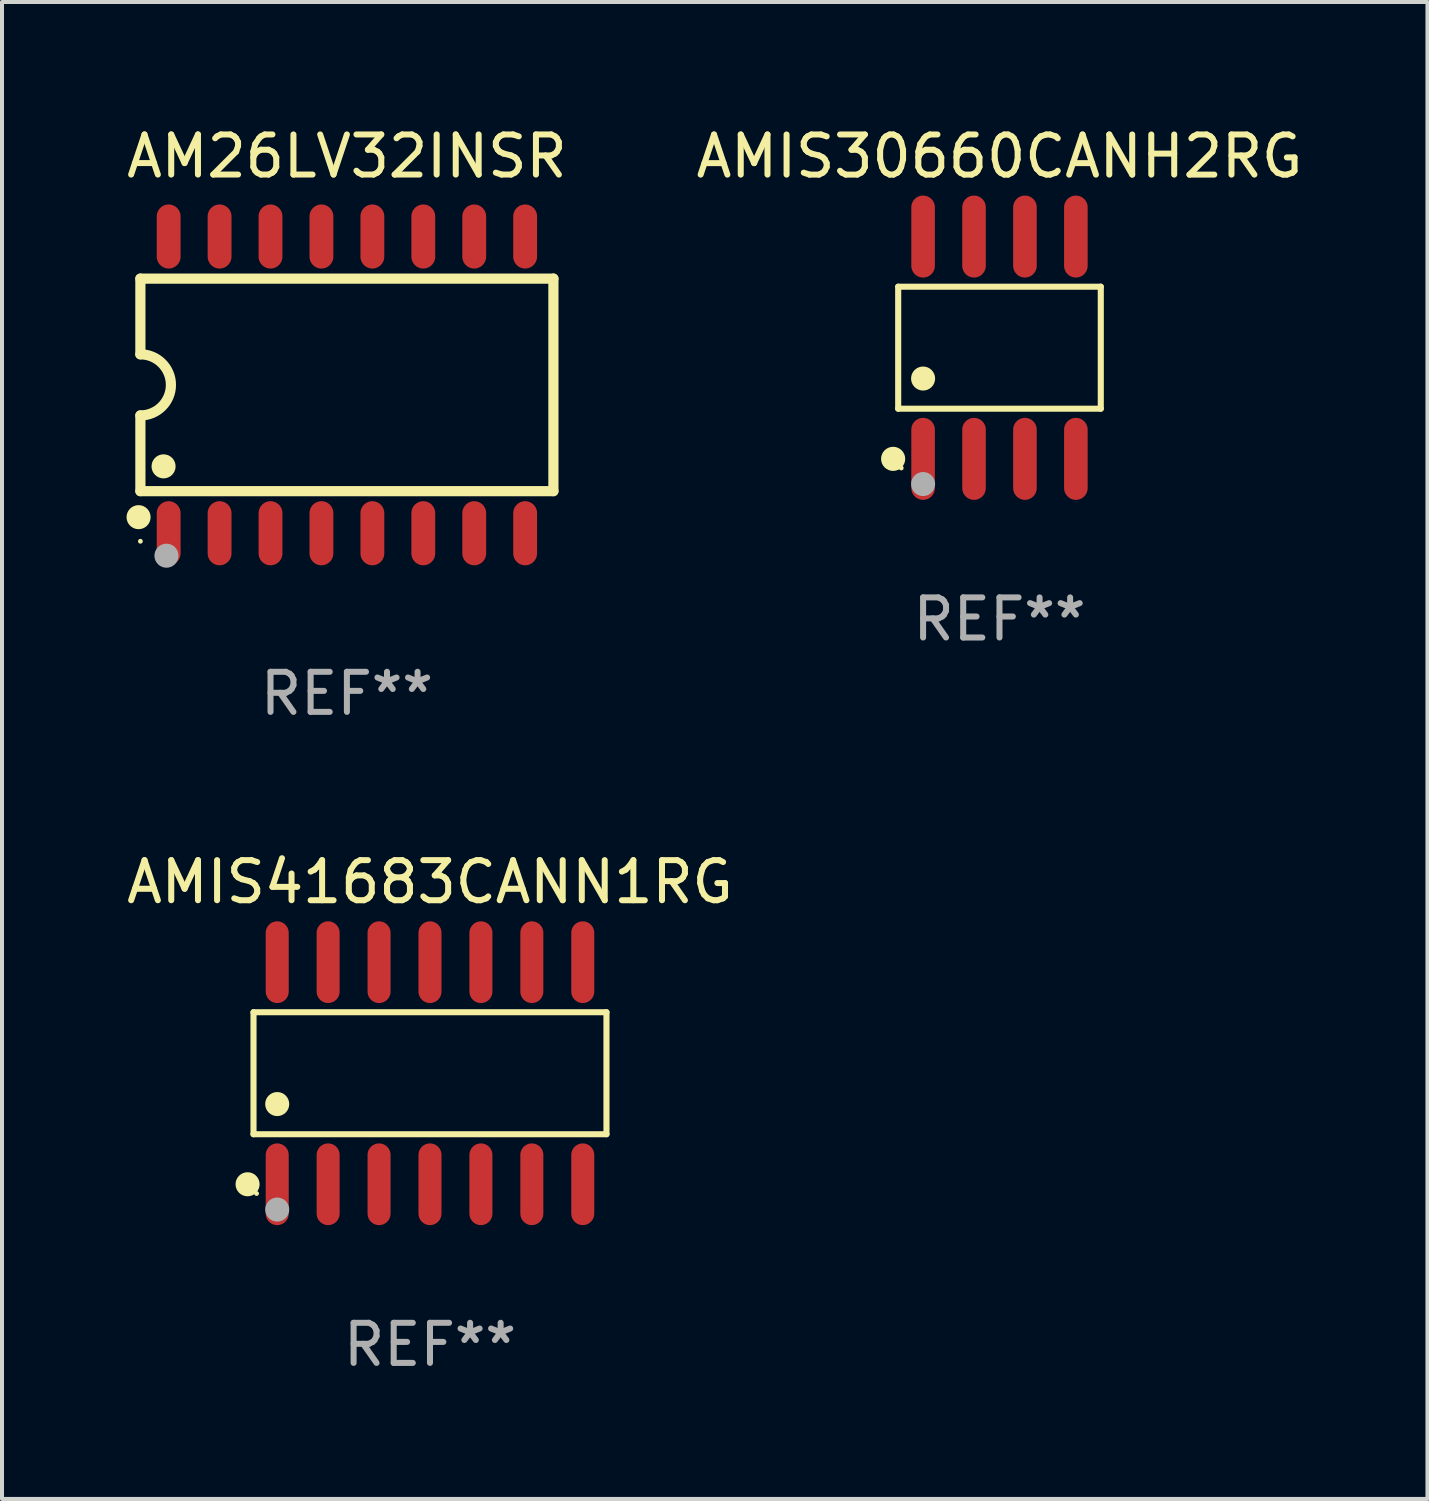
<source format=kicad_pcb>
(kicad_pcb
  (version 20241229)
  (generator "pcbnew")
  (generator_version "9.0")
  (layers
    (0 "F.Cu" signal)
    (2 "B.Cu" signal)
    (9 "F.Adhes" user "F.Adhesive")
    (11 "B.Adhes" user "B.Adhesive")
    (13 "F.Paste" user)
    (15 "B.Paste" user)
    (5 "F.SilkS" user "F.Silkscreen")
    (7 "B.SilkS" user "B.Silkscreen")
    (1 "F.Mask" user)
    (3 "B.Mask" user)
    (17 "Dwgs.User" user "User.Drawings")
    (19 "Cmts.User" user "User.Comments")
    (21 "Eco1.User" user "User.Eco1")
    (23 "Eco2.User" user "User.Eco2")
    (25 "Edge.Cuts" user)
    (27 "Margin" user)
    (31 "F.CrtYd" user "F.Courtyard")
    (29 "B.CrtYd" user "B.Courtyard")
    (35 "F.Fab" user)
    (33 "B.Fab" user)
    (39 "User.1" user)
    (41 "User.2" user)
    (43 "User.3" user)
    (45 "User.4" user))
  (footprint "AMIS30660CANH2RG"
    (layer "F.Cu")
    (at 21.875 5.621)
    (property "Reference" "AMIS30660CANH2RG" (at 0 -4.772 0) (layer "F.SilkS") (effects (font (size 1 1) (thickness 0.15))))
    (attr through_hole)
    (fp_line (start -2.526 -1.521) (end 2.526 -1.521) (stroke (width 0.152) (type solid)) (layer "F.SilkS"))
    (fp_line (start -2.526 1.521) (end -2.526 -1.521) (stroke (width 0.152) (type solid)) (layer "F.SilkS"))
    (fp_line (start 2.526 -1.521) (end 2.526 1.521) (stroke (width 0.152) (type solid)) (layer "F.SilkS"))
    (fp_line (start 2.526 1.521) (end -2.526 1.521) (stroke (width 0.152) (type solid)) (layer "F.SilkS"))
    (fp_circle (center -2.652 2.772) (end -2.501 2.772) (stroke (width 0.3) (type solid)) (fill no) (layer "F.SilkS"))
    (fp_circle (center -2.45 3) (end -2.42 3) (stroke (width 0.06) (type solid)) (fill no) (layer "F.SilkS"))
    (fp_circle (center -1.905 0.769) (end -1.755 0.769) (stroke (width 0.3) (type solid)) (fill no) (layer "F.SilkS"))
    (fp_circle (center -1.905 3.4) (end -1.755 3.4) (stroke (width 0.3) (type solid)) (fill no) (layer "F.Fab"))
    (fp_text user "REF**" (at 0 6.772 0) (layer "F.Fab") (effects (font (size 1 1) (thickness 0.15))))
    (pad "1" smd oval (at -1.905 2.772) (size 0.588 2.045) (layers "F.Cu" "F.Mask" "F.Paste"))
    (pad "2" smd oval (at -0.635 2.772) (size 0.588 2.045) (layers "F.Cu" "F.Mask" "F.Paste"))
    (pad "3" smd oval (at 0.635 2.772) (size 0.588 2.045) (layers "F.Cu" "F.Mask" "F.Paste"))
    (pad "4" smd oval (at 1.905 2.772) (size 0.588 2.045) (layers "F.Cu" "F.Mask" "F.Paste"))
    (pad "5" smd oval (at 1.905 -2.772) (size 0.588 2.045) (layers "F.Cu" "F.Mask" "F.Paste"))
    (pad "6" smd oval (at 0.635 -2.772) (size 0.588 2.045) (layers "F.Cu" "F.Mask" "F.Paste"))
    (pad "7" smd oval (at -0.635 -2.772) (size 0.588 2.045) (layers "F.Cu" "F.Mask" "F.Paste"))
    (pad "8" smd oval (at -1.905 -2.772) (size 0.588 2.045) (layers "F.Cu" "F.Mask" "F.Paste")))
  (footprint "AM26LV32INSR"
    (layer "F.Cu")
    (at 5.601 6.548)
    (property "Reference" "AM26LV32INSR" (at 0 -5.7 0) (layer "F.SilkS") (effects (font (size 1 1) (thickness 0.15))))
    (attr through_hole)
    (fp_line (start -5.15 -2.65) (end -5.15 -0.762) (stroke (width 0.254) (type solid)) (layer "F.SilkS"))
    (fp_line (start -5.15 -2.65) (end 5.15 -2.65) (stroke (width 0.254) (type solid)) (layer "F.SilkS"))
    (fp_line (start -5.15 2.65) (end -5.15 0.762) (stroke (width 0.254) (type solid)) (layer "F.SilkS"))
    (fp_line (start 5.15 -2.65) (end 5.15 2.65) (stroke (width 0.254) (type solid)) (layer "F.SilkS"))
    (fp_line (start 5.15 2.65) (end -5.15 2.65) (stroke (width 0.254) (type solid)) (layer "F.SilkS"))
    (fp_arc (start -5.151131 -0.762003) (mid -4.389128 -0.000559) (end -5.150013 0.762002) (stroke (width 0.254001) (type solid)) (layer "F.SilkS"))
    (fp_circle (center -5.195 3.299) (end -5.045 3.299) (stroke (width 0.3) (type solid)) (fill no) (layer "F.SilkS"))
    (fp_circle (center -5.15 3.9) (end -5.12 3.9) (stroke (width 0.06) (type solid)) (fill no) (layer "F.SilkS"))
    (fp_circle (center -4.572 2.032) (end -4.422 2.032) (stroke (width 0.3) (type solid)) (fill no) (layer "F.SilkS"))
    (fp_circle (center -4.5 4.26) (end -4.35 4.26) (stroke (width 0.3) (type solid)) (fill no) (layer "F.Fab"))
    (fp_text user "REF**" (at 0 7.7 0) (layer "F.Fab") (effects (font (size 1 1) (thickness 0.15))))
    (pad "1" smd oval (at -4.445 3.7) (size 0.595 1.598) (layers "F.Cu" "F.Mask" "F.Paste"))
    (pad "2" smd oval (at -3.175 3.7) (size 0.595 1.598) (layers "F.Cu" "F.Mask" "F.Paste"))
    (pad "3" smd oval (at -1.905 3.7) (size 0.595 1.598) (layers "F.Cu" "F.Mask" "F.Paste"))
    (pad "4" smd oval (at -0.635 3.7) (size 0.595 1.598) (layers "F.Cu" "F.Mask" "F.Paste"))
    (pad "5" smd oval (at 0.635 3.7) (size 0.595 1.598) (layers "F.Cu" "F.Mask" "F.Paste"))
    (pad "6" smd oval (at 1.905 3.7) (size 0.595 1.598) (layers "F.Cu" "F.Mask" "F.Paste"))
    (pad "7" smd oval (at 3.175 3.7) (size 0.595 1.598) (layers "F.Cu" "F.Mask" "F.Paste"))
    (pad "8" smd oval (at 4.445 3.7) (size 0.595 1.598) (layers "F.Cu" "F.Mask" "F.Paste"))
    (pad "9" smd oval (at 4.445 -3.7) (size 0.595 1.598) (layers "F.Cu" "F.Mask" "F.Paste"))
    (pad "10" smd oval (at 3.175 -3.7) (size 0.595 1.598) (layers "F.Cu" "F.Mask" "F.Paste"))
    (pad "11" smd oval (at 1.905 -3.7) (size 0.595 1.598) (layers "F.Cu" "F.Mask" "F.Paste"))
    (pad "12" smd oval (at 0.635 -3.7) (size 0.595 1.598) (layers "F.Cu" "F.Mask" "F.Paste"))
    (pad "13" smd oval (at -0.635 -3.7) (size 0.595 1.598) (layers "F.Cu" "F.Mask" "F.Paste"))
    (pad "14" smd oval (at -1.905 -3.7) (size 0.595 1.598) (layers "F.Cu" "F.Mask" "F.Paste"))
    (pad "15" smd oval (at -3.175 -3.7) (size 0.595 1.598) (layers "F.Cu" "F.Mask" "F.Paste"))
    (pad "16" smd oval (at -4.445 -3.7) (size 0.595 1.598) (layers "F.Cu" "F.Mask" "F.Paste")))
  (footprint "AMIS41683CANN1RG"
    (layer "F.Cu")
    (at 7.673 23.714)
    (property "Reference" "AMIS41683CANN1RG" (at 0 -4.769 0) (layer "F.SilkS") (effects (font (size 1 1) (thickness 0.15))))
    (attr through_hole)
    (fp_line (start -4.401 -1.521) (end 4.401 -1.521) (stroke (width 0.152) (type solid)) (layer "F.SilkS"))
    (fp_line (start -4.401 1.521) (end -4.401 -1.521) (stroke (width 0.152) (type solid)) (layer "F.SilkS"))
    (fp_line (start 4.401 -1.521) (end 4.401 1.521) (stroke (width 0.152) (type solid)) (layer "F.SilkS"))
    (fp_line (start 4.401 1.521) (end -4.401 1.521) (stroke (width 0.152) (type solid)) (layer "F.SilkS"))
    (fp_circle (center -4.549 2.769) (end -4.399 2.769) (stroke (width 0.3) (type solid)) (fill no) (layer "F.SilkS"))
    (fp_circle (center -4.325 3) (end -4.295 3) (stroke (width 0.06) (type solid)) (fill no) (layer "F.SilkS"))
    (fp_circle (center -3.81 0.769) (end -3.66 0.769) (stroke (width 0.3) (type solid)) (fill no) (layer "F.SilkS"))
    (fp_circle (center -3.81 3.4) (end -3.66 3.4) (stroke (width 0.3) (type solid)) (fill no) (layer "F.Fab"))
    (fp_text user "REF**" (at 0 6.769 0) (layer "F.Fab") (effects (font (size 1 1) (thickness 0.15))))
    (pad "1" smd oval (at -3.81 2.769) (size 0.574 2.038) (layers "F.Cu" "F.Mask" "F.Paste"))
    (pad "2" smd oval (at -2.54 2.769) (size 0.574 2.038) (layers "F.Cu" "F.Mask" "F.Paste"))
    (pad "3" smd oval (at -1.27 2.769) (size 0.574 2.038) (layers "F.Cu" "F.Mask" "F.Paste"))
    (pad "4" smd oval (at 0 2.769) (size 0.574 2.038) (layers "F.Cu" "F.Mask" "F.Paste"))
    (pad "5" smd oval (at 1.27 2.769) (size 0.574 2.038) (layers "F.Cu" "F.Mask" "F.Paste"))
    (pad "6" smd oval (at 2.54 2.769) (size 0.574 2.038) (layers "F.Cu" "F.Mask" "F.Paste"))
    (pad "7" smd oval (at 3.81 2.769) (size 0.574 2.038) (layers "F.Cu" "F.Mask" "F.Paste"))
    (pad "8" smd oval (at 3.81 -2.769) (size 0.574 2.038) (layers "F.Cu" "F.Mask" "F.Paste"))
    (pad "9" smd oval (at 2.54 -2.769) (size 0.574 2.038) (layers "F.Cu" "F.Mask" "F.Paste"))
    (pad "10" smd oval (at 1.27 -2.769) (size 0.574 2.038) (layers "F.Cu" "F.Mask" "F.Paste"))
    (pad "11" smd oval (at 0 -2.769) (size 0.574 2.038) (layers "F.Cu" "F.Mask" "F.Paste"))
    (pad "12" smd oval (at -1.27 -2.769) (size 0.574 2.038) (layers "F.Cu" "F.Mask" "F.Paste"))
    (pad "13" smd oval (at -2.54 -2.769) (size 0.574 2.038) (layers "F.Cu" "F.Mask" "F.Paste"))
    (pad "14" smd oval (at -3.81 -2.769) (size 0.574 2.038) (layers "F.Cu" "F.Mask" "F.Paste")))
  (gr_rect
    (start -3 -3)
    (end 32.548 34.331)
    (stroke (width 0.1) (type default))
    (fill no)
    (layer "Edge.Cuts")))
</source>
